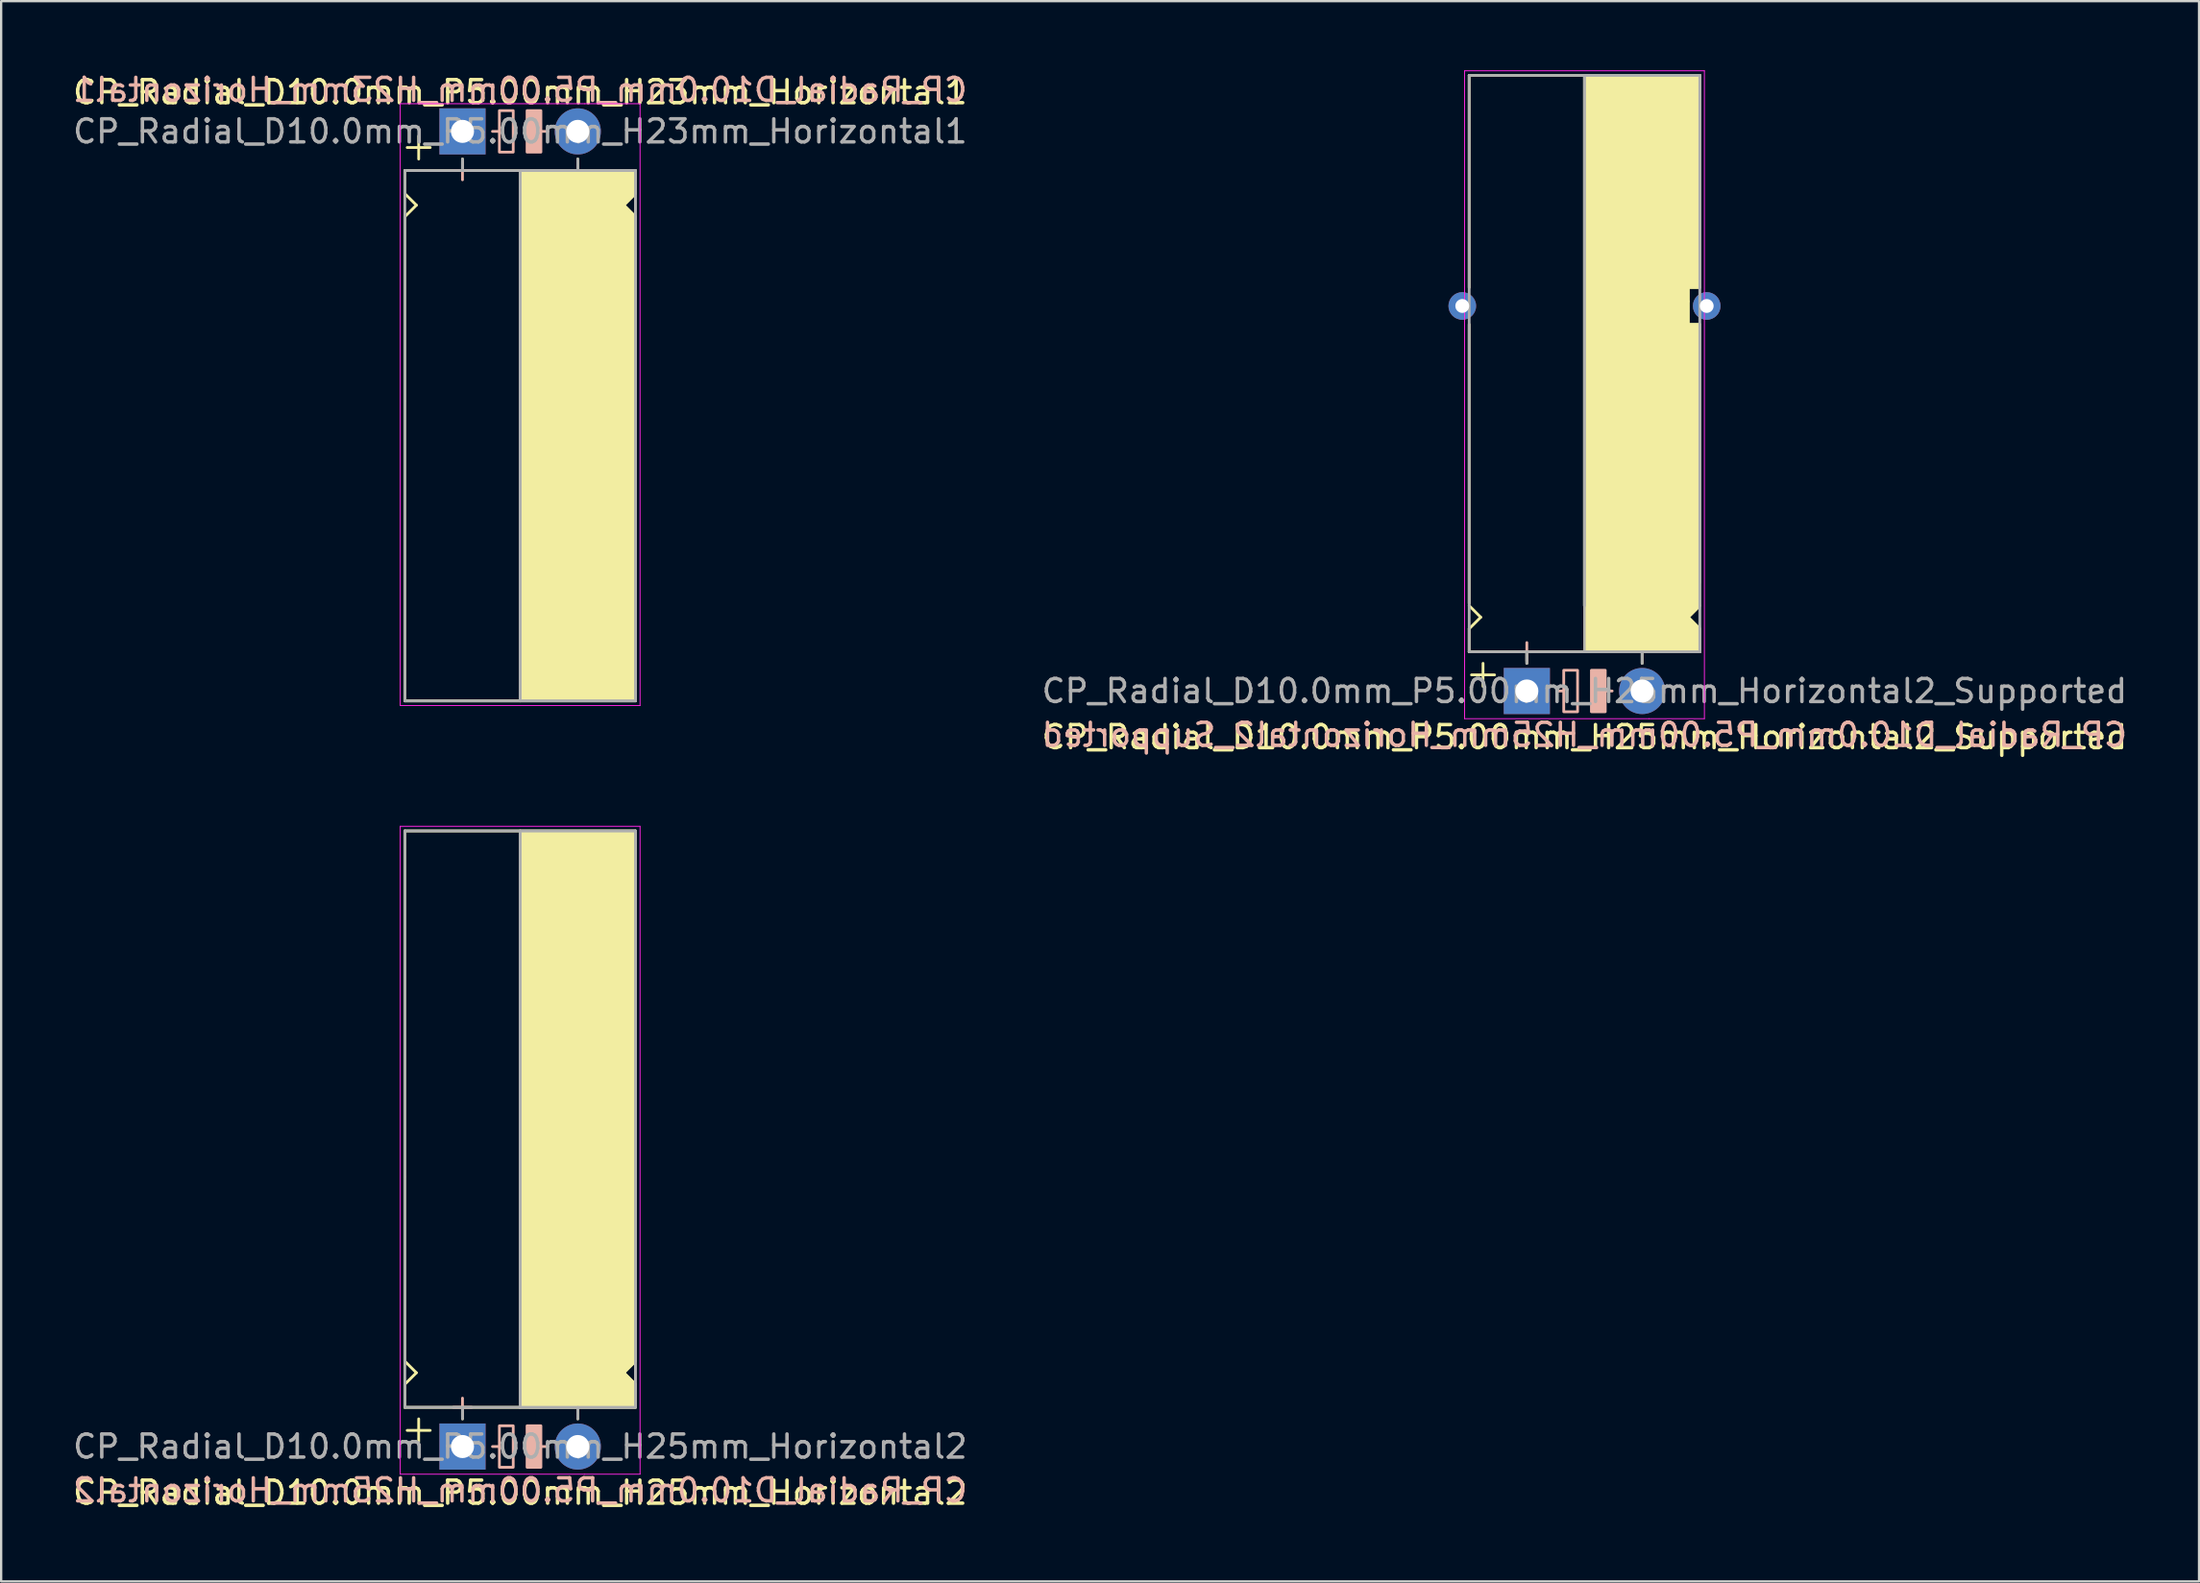
<source format=kicad_pcb>
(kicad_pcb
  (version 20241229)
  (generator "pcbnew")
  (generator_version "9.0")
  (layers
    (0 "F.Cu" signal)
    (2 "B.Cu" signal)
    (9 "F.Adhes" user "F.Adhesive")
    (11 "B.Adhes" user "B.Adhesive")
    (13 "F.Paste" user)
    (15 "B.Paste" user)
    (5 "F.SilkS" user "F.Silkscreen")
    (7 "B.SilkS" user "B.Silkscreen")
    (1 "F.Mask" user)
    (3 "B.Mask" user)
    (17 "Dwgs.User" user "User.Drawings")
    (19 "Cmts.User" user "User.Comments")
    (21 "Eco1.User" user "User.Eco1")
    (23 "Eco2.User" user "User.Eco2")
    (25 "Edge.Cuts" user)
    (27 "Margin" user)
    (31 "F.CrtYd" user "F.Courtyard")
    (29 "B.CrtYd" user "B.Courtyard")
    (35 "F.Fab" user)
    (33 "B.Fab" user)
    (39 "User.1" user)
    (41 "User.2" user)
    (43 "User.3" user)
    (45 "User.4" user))
  (footprint "CP_Radial_D10.0mm_P5.00mm_H25mm_Horizontal2_Supported"
    (layer "F.Cu")
    (at 63.161 26.92)
    (property "Reference" "CP_Radial_D10.0mm_P5.00mm_H25mm_Horizontal2_Supported" (at 2.5 2 0) (layer "F.SilkS") (effects (font (size 1 1) (thickness 0.15))))
    (fp_line (start -2.5 -26.7) (end 7.5 -26.7) (stroke (width 0.12) (type solid)) (layer "F.SilkS"))
    (fp_line (start -2.5 -17.5) (end -2.5 -26.7) (stroke (width 0.12) (type solid)) (layer "F.SilkS"))
    (fp_line (start -2.5 -3.8) (end -2.5 -15.9) (stroke (width 0.12) (type solid)) (layer "F.SilkS"))
    (fp_line (start -2.5 -2.7) (end -2 -3.2) (stroke (width 0.12) (type solid)) (layer "F.SilkS"))
    (fp_line (start -2.5 -1.7) (end -2.5 -2.7) (stroke (width 0.12) (type solid)) (layer "F.SilkS"))
    (fp_line (start -2 -3.2) (end -2.5 -3.7) (stroke (width 0.12) (type solid)) (layer "F.SilkS"))
    (fp_line (start -1.9 -1.2) (end -1.9 -0.2) (stroke (width 0.12) (type solid)) (layer "F.SilkS"))
    (fp_line (start -1.4 -0.7) (end -2.4 -0.7) (stroke (width 0.12) (type solid)) (layer "F.SilkS"))
    (fp_line (start 0 -1.7) (end 0 -1.2) (stroke (width 0.12) (type solid)) (layer "F.SilkS"))
    (fp_line (start 2.5 -26.7) (end 2.5 -3.7) (stroke (width 0.12) (type solid)) (layer "F.SilkS"))
    (fp_line (start 2.5 -1.7) (end -2.5 -1.7) (stroke (width 0.12) (type solid)) (layer "F.SilkS"))
    (fp_line (start 5 -1.7) (end 5 -1.2) (stroke (width 0.12) (type solid)) (layer "F.SilkS"))
    (fp_line (start 7 -17.5) (end 7 -16.9) (stroke (width 0.12) (type solid)) (layer "F.SilkS"))
    (fp_line (start 7 -16.9) (end 7 -15.9) (stroke (width 0.12) (type solid)) (layer "F.SilkS"))
    (fp_line (start 7 -15.9) (end 7.5 -15.9) (stroke (width 0.12) (type solid)) (layer "F.SilkS"))
    (fp_line (start 7 -3.2) (end 7.5 -3.7) (stroke (width 0.12) (type solid)) (layer "F.SilkS"))
    (fp_line (start 7.5 -17.5) (end 7 -17.5) (stroke (width 0.12) (type solid)) (layer "F.SilkS"))
    (fp_line (start 7.5 -17.5) (end 7.5 -26.7) (stroke (width 0.12) (type solid)) (layer "F.SilkS"))
    (fp_line (start 7.5 -4.7) (end 7.5 -15.9) (stroke (width 0.12) (type solid)) (layer "F.SilkS"))
    (fp_line (start 7.5 -2.7) (end 7 -3.2) (stroke (width 0.12) (type solid)) (layer "F.SilkS"))
    (fp_line (start 7.5 -1.7) (end 2.5 -1.7) (stroke (width 0.12) (type solid)) (layer "F.SilkS"))
    (fp_line (start 7.5 -1.7) (end 7.5 -2.7) (stroke (width 0.12) (type solid)) (layer "F.SilkS"))
    (fp_poly (pts (xy 7.5 -2.7) (xy 7 -3.2) (xy 7.5 -3.7) (xy 7.5 -15.9) (xy 7 -15.9) (xy 7 -17.5) (xy 7.5 -17.5) (xy 7.5 -26.7) (xy 2.5 -26.7) (xy 2.5 -1.7) (xy 7.5 -1.7)) (stroke (width 0.1) (type solid)) (fill yes) (layer "F.SilkS"))
    (fp_line (start 0 -2.1) (end 0 -1.3) (stroke (width 0.12) (type solid)) (layer "B.SilkS"))
    (fp_line (start 0.4 -1.7) (end -0.4 -1.7) (stroke (width 0.12) (type solid)) (layer "B.SilkS"))
    (fp_line (start 1.6 0) (end 1.3 0) (stroke (width 0.12) (type solid)) (layer "B.SilkS"))
    (fp_line (start 3.7 0) (end 3.4 0) (stroke (width 0.12) (type solid)) (layer "B.SilkS"))
    (fp_rect (start 2.2 -0.9) (end 1.6 0.9) (stroke (width 0.12) (type solid)) (fill no) (layer "B.SilkS"))
    (fp_rect (start 3.4 -0.9) (end 2.8 0.9) (stroke (width 0.12) (type solid)) (fill yes) (layer "B.SilkS"))
    (fp_line (start -2.7 -26.9) (end -2.7 1.2) (stroke (width 0.04) (type solid)) (layer "F.CrtYd"))
    (fp_line (start -2.7 1.2) (end 5.3 1.2) (stroke (width 0.04) (type solid)) (layer "F.CrtYd"))
    (fp_line (start 5.3 1.2) (end 7.7 1.2) (stroke (width 0.04) (type solid)) (layer "F.CrtYd"))
    (fp_line (start 7.7 -26.9) (end -2.7 -26.9) (stroke (width 0.04) (type solid)) (layer "F.CrtYd"))
    (fp_line (start 7.7 1.2) (end 7.7 -26.9) (stroke (width 0.04) (type solid)) (layer "F.CrtYd"))
    (fp_line (start -2.5 -26.7) (end 7.5 -26.7) (stroke (width 0.12) (type solid)) (layer "F.Fab"))
    (fp_line (start -2.5 -1.7) (end -2.5 -26.7) (stroke (width 0.12) (type solid)) (layer "F.Fab"))
    (fp_line (start 0 -1.7) (end 0 -1.2) (stroke (width 0.12) (type solid)) (layer "F.Fab"))
    (fp_line (start 2.5 -3.7) (end 2.5 -26.7) (stroke (width 0.12) (type solid)) (layer "F.Fab"))
    (fp_line (start 5 -1.7) (end 5 -1.2) (stroke (width 0.12) (type solid)) (layer "F.Fab"))
    (fp_line (start 7.5 -26.7) (end 7.5 -1.7) (stroke (width 0.12) (type solid)) (layer "F.Fab"))
    (fp_line (start 7.5 -1.7) (end -2.5 -1.7) (stroke (width 0.12) (type solid)) (layer "F.Fab"))
    (fp_poly (pts (xy 7.5 -26.7) (xy 2.5 -26.7) (xy 2.5 -1.7) (xy 7.5 -1.7)) (stroke (width 0.1) (type solid)) (fill no) (layer "F.Fab"))
    (fp_text user "${REFERENCE}" (at 2.5 1.9 0) (layer "B.SilkS") (effects (font (size 1 1) (thickness 0.15)) (justify mirror)))
    (fp_text user "${REFERENCE}" (at 2.5 0 0) (layer "F.Fab") (effects (font (size 1 1) (thickness 0.15))))
    (pad "1" thru_hole rect (at 0 0) (size 2 2) (drill 1) (layers "*.Cu" "*.Mask"))
    (pad "2" thru_hole circle (at 5 0) (size 2 2) (drill 1) (layers "*.Cu" "*.Mask"))
    (pad "~" thru_hole circle (at -2.8 -16.7 180) (size 1.2 1.2) (drill 0.6) (layers "*.Cu" "*.Mask"))
    (pad "~" thru_hole circle (at 7.8 -16.7 180) (size 1.2 1.2) (drill 0.6) (layers "*.Cu" "*.Mask")))
  (footprint "CP_Radial_D10.0mm_P5.00mm_H25mm_Horizontal2"
    (layer "F.Cu")
    (at 17.006 59.688)
    (property "Reference" "CP_Radial_D10.0mm_P5.00mm_H25mm_Horizontal2" (at 2.5 2 0) (layer "F.SilkS") (effects (font (size 1 1) (thickness 0.15))))
    (fp_line (start -2.5 -26.7) (end 7.5 -26.7) (stroke (width 0.12) (type solid)) (layer "F.SilkS"))
    (fp_line (start -2.5 -11.7) (end -2.5 -26.7) (stroke (width 0.12) (type solid)) (layer "F.SilkS"))
    (fp_line (start -2.5 -3.7) (end -2.5 -11.7) (stroke (width 0.12) (type solid)) (layer "F.SilkS"))
    (fp_line (start -2.5 -2.7) (end -2 -3.2) (stroke (width 0.12) (type solid)) (layer "F.SilkS"))
    (fp_line (start -2.5 -1.7) (end -2.5 -2.7) (stroke (width 0.12) (type solid)) (layer "F.SilkS"))
    (fp_line (start -2 -3.2) (end -2.5 -3.7) (stroke (width 0.12) (type solid)) (layer "F.SilkS"))
    (fp_line (start -1.9 -1.2) (end -1.9 -0.2) (stroke (width 0.12) (type solid)) (layer "F.SilkS"))
    (fp_line (start -1.4 -0.7) (end -2.4 -0.7) (stroke (width 0.12) (type solid)) (layer "F.SilkS"))
    (fp_line (start 0 -1.7) (end 0 -1.2) (stroke (width 0.12) (type solid)) (layer "F.SilkS"))
    (fp_line (start 2.5 -26.7) (end 2.5 -1.7) (stroke (width 0.12) (type solid)) (layer "F.SilkS"))
    (fp_line (start 2.5 -1.7) (end -2.5 -1.7) (stroke (width 0.12) (type solid)) (layer "F.SilkS"))
    (fp_line (start 5 -1.7) (end 5 -1.2) (stroke (width 0.12) (type solid)) (layer "F.SilkS"))
    (fp_line (start 7 -3.2) (end 7.5 -3.7) (stroke (width 0.12) (type solid)) (layer "F.SilkS"))
    (fp_line (start 7.5 -11.7) (end 7.5 -26.7) (stroke (width 0.12) (type solid)) (layer "F.SilkS"))
    (fp_line (start 7.5 -3.7) (end 7.5 -11.7) (stroke (width 0.12) (type solid)) (layer "F.SilkS"))
    (fp_line (start 7.5 -2.7) (end 7 -3.2) (stroke (width 0.12) (type solid)) (layer "F.SilkS"))
    (fp_line (start 7.5 -1.7) (end 2.5 -1.7) (stroke (width 0.12) (type solid)) (layer "F.SilkS"))
    (fp_line (start 7.5 -1.7) (end 7.5 -2.7) (stroke (width 0.12) (type solid)) (layer "F.SilkS"))
    (fp_poly (pts (xy 7.5 -2.7) (xy 7 -3.2) (xy 7.5 -3.7) (xy 7.5 -26.7) (xy 2.5 -26.7) (xy 2.5 -1.7) (xy 7.5 -1.7)) (stroke (width 0.1) (type solid)) (fill yes) (layer "F.SilkS"))
    (fp_line (start 0 -2.1) (end 0 -1.3) (stroke (width 0.12) (type solid)) (layer "B.SilkS"))
    (fp_line (start 0.4 -1.7) (end -0.4 -1.7) (stroke (width 0.12) (type solid)) (layer "B.SilkS"))
    (fp_line (start 1.6 0) (end 1.3 0) (stroke (width 0.12) (type solid)) (layer "B.SilkS"))
    (fp_line (start 3.7 0) (end 3.4 0) (stroke (width 0.12) (type solid)) (layer "B.SilkS"))
    (fp_rect (start 2.2 -0.9) (end 1.6 0.9) (stroke (width 0.12) (type solid)) (fill no) (layer "B.SilkS"))
    (fp_rect (start 3.4 -0.9) (end 2.8 0.9) (stroke (width 0.12) (type solid)) (fill yes) (layer "B.SilkS"))
    (fp_line (start -2.7 -26.9) (end -2.7 1.2) (stroke (width 0.04) (type solid)) (layer "F.CrtYd"))
    (fp_line (start -2.7 1.2) (end 5.3 1.2) (stroke (width 0.04) (type solid)) (layer "F.CrtYd"))
    (fp_line (start 5.3 1.2) (end 7.7 1.2) (stroke (width 0.04) (type solid)) (layer "F.CrtYd"))
    (fp_line (start 7.7 -26.9) (end -2.7 -26.9) (stroke (width 0.04) (type solid)) (layer "F.CrtYd"))
    (fp_line (start 7.7 1.2) (end 7.7 -26.9) (stroke (width 0.04) (type solid)) (layer "F.CrtYd"))
    (fp_line (start -2.5 -26.7) (end 7.5 -26.7) (stroke (width 0.12) (type solid)) (layer "F.Fab"))
    (fp_line (start -2.5 -1.7) (end -2.5 -26.7) (stroke (width 0.12) (type solid)) (layer "F.Fab"))
    (fp_line (start 0 -1.7) (end 0 -1.2) (stroke (width 0.12) (type solid)) (layer "F.Fab"))
    (fp_line (start 2.5 -1.7) (end 2.5 -26.7) (stroke (width 0.12) (type solid)) (layer "F.Fab"))
    (fp_line (start 5 -1.7) (end 5 -1.2) (stroke (width 0.12) (type solid)) (layer "F.Fab"))
    (fp_line (start 7.5 -26.7) (end 7.5 -1.7) (stroke (width 0.12) (type solid)) (layer "F.Fab"))
    (fp_line (start 7.5 -1.7) (end -2.5 -1.7) (stroke (width 0.12) (type solid)) (layer "F.Fab"))
    (fp_poly (pts (xy 7.5 -26.7) (xy 2.5 -26.7) (xy 2.5 -1.7) (xy 7.5 -1.7)) (stroke (width 0.1) (type solid)) (fill no) (layer "F.Fab"))
    (fp_text user "${REFERENCE}" (at 2.5 1.9 0) (layer "B.SilkS") (effects (font (size 1 1) (thickness 0.15)) (justify mirror)))
    (fp_text user "${REFERENCE}" (at 2.5 0 0) (layer "F.Fab") (effects (font (size 1 1) (thickness 0.15))))
    (pad "1" thru_hole rect (at 0 0) (size 2 2) (drill 1) (layers "*.Cu" "*.Mask"))
    (pad "2" thru_hole circle (at 5 0) (size 2 2) (drill 1) (layers "*.Cu" "*.Mask")))
  (footprint "CP_Radial_D10.0mm_P5.00mm_H23mm_Horizontal1"
    (layer "F.Cu")
    (at 17.006 2.648)
    (property "Reference" "CP_Radial_D10.0mm_P5.00mm_H23mm_Horizontal1" (at 2.5 -1.7 0) (layer "F.SilkS") (effects (font (size 1 1) (thickness 0.15))))
    (fp_line (start -2.5 1.7) (end -2.5 2.7) (stroke (width 0.12) (type solid)) (layer "F.SilkS"))
    (fp_line (start -2.5 2.7) (end -2 3.2) (stroke (width 0.12) (type solid)) (layer "F.SilkS"))
    (fp_line (start -2.5 3.7) (end -2.5 11.7) (stroke (width 0.12) (type solid)) (layer "F.SilkS"))
    (fp_line (start -2.5 11.7) (end -2.5 24.7) (stroke (width 0.12) (type solid)) (layer "F.SilkS"))
    (fp_line (start -2.5 24.7) (end 7.5 24.7) (stroke (width 0.12) (type solid)) (layer "F.SilkS"))
    (fp_line (start -2 3.2) (end -2.5 3.7) (stroke (width 0.12) (type solid)) (layer "F.SilkS"))
    (fp_line (start -1.9 0.2) (end -1.9 1.2) (stroke (width 0.12) (type solid)) (layer "F.SilkS"))
    (fp_line (start -1.4 0.7) (end -2.4 0.7) (stroke (width 0.12) (type solid)) (layer "F.SilkS"))
    (fp_line (start 0 1.7) (end 0 1.2) (stroke (width 0.12) (type solid)) (layer "F.SilkS"))
    (fp_line (start 2.5 1.7) (end -2.5 1.7) (stroke (width 0.12) (type solid)) (layer "F.SilkS"))
    (fp_line (start 2.5 24.7) (end 2.5 1.7) (stroke (width 0.12) (type solid)) (layer "F.SilkS"))
    (fp_line (start 5 1.7) (end 5 1.2) (stroke (width 0.12) (type solid)) (layer "F.SilkS"))
    (fp_line (start 7 3.2) (end 7.5 3.7) (stroke (width 0.12) (type solid)) (layer "F.SilkS"))
    (fp_line (start 7.5 1.7) (end 2.5 1.7) (stroke (width 0.12) (type solid)) (layer "F.SilkS"))
    (fp_line (start 7.5 1.7) (end 7.5 2.7) (stroke (width 0.12) (type solid)) (layer "F.SilkS"))
    (fp_line (start 7.5 2.7) (end 7 3.2) (stroke (width 0.12) (type solid)) (layer "F.SilkS"))
    (fp_line (start 7.5 3.7) (end 7.5 11.7) (stroke (width 0.12) (type solid)) (layer "F.SilkS"))
    (fp_line (start 7.5 11.7) (end 7.5 24.7) (stroke (width 0.12) (type solid)) (layer "F.SilkS"))
    (fp_poly (pts (xy 7.5 2.7) (xy 7 3.2) (xy 7.5 3.7) (xy 7.5 24.7) (xy 2.5 24.7) (xy 2.5 1.7) (xy 7.5 1.7)) (stroke (width 0.1) (type solid)) (fill yes) (layer "F.SilkS"))
    (fp_line (start 0 1.3) (end 0 2.1) (stroke (width 0.12) (type solid)) (layer "B.SilkS"))
    (fp_line (start 0.4 1.7) (end -0.4 1.7) (stroke (width 0.12) (type solid)) (layer "B.SilkS"))
    (fp_line (start 1.6 0) (end 1.3 0) (stroke (width 0.12) (type solid)) (layer "B.SilkS"))
    (fp_line (start 3.7 0) (end 3.4 0) (stroke (width 0.12) (type solid)) (layer "B.SilkS"))
    (fp_rect (start 2.2 -0.9) (end 1.6 0.9) (stroke (width 0.12) (type solid)) (fill no) (layer "B.SilkS"))
    (fp_rect (start 3.4 -0.9) (end 2.8 0.9) (stroke (width 0.12) (type solid)) (fill yes) (layer "B.SilkS"))
    (fp_line (start -2.7 -1.2) (end 5.3 -1.2) (stroke (width 0.04) (type solid)) (layer "F.CrtYd"))
    (fp_line (start -2.7 24.9) (end -2.7 -1.2) (stroke (width 0.04) (type solid)) (layer "F.CrtYd"))
    (fp_line (start 5.3 -1.2) (end 7.7 -1.2) (stroke (width 0.04) (type solid)) (layer "F.CrtYd"))
    (fp_line (start 7.7 -1.2) (end 7.7 24.9) (stroke (width 0.04) (type solid)) (layer "F.CrtYd"))
    (fp_line (start 7.7 24.9) (end -2.7 24.9) (stroke (width 0.04) (type solid)) (layer "F.CrtYd"))
    (fp_line (start -2.5 1.7) (end -2.5 24.7) (stroke (width 0.12) (type solid)) (layer "F.Fab"))
    (fp_line (start -2.5 24.7) (end 7.5 24.7) (stroke (width 0.12) (type solid)) (layer "F.Fab"))
    (fp_line (start 0 1.7) (end 0 1.2) (stroke (width 0.12) (type solid)) (layer "F.Fab"))
    (fp_line (start 2.5 1.7) (end 2.5 24.7) (stroke (width 0.12) (type solid)) (layer "F.Fab"))
    (fp_line (start 5 1.7) (end 5 1.2) (stroke (width 0.12) (type solid)) (layer "F.Fab"))
    (fp_line (start 7.5 1.7) (end -2.5 1.7) (stroke (width 0.12) (type solid)) (layer "F.Fab"))
    (fp_line (start 7.5 24.7) (end 7.5 1.7) (stroke (width 0.12) (type solid)) (layer "F.Fab"))
    (fp_poly (pts (xy 7.5 24.7) (xy 2.5 24.7) (xy 2.5 1.7) (xy 7.5 1.7)) (stroke (width 0.1) (type solid)) (fill no) (layer "F.Fab"))
    (fp_text user "${REFERENCE}" (at 2.5 -1.8 0) (layer "B.SilkS") (effects (font (size 1 1) (thickness 0.15)) (justify mirror)))
    (fp_text user "${REFERENCE}" (at 2.5 0 0) (layer "F.Fab") (effects (font (size 1 1) (thickness 0.15))))
    (pad "1" thru_hole rect (at 0 0) (size 2 2) (drill 1) (layers "*.Cu" "*.Mask"))
    (pad "2" thru_hole circle (at 5 0) (size 2 2) (drill 1) (layers "*.Cu" "*.Mask")))
  (gr_rect
    (start -3 -3)
    (end 92.31 65.537)
    (stroke (width 0.1) (type default))
    (fill no)
    (layer "Edge.Cuts")))
</source>
